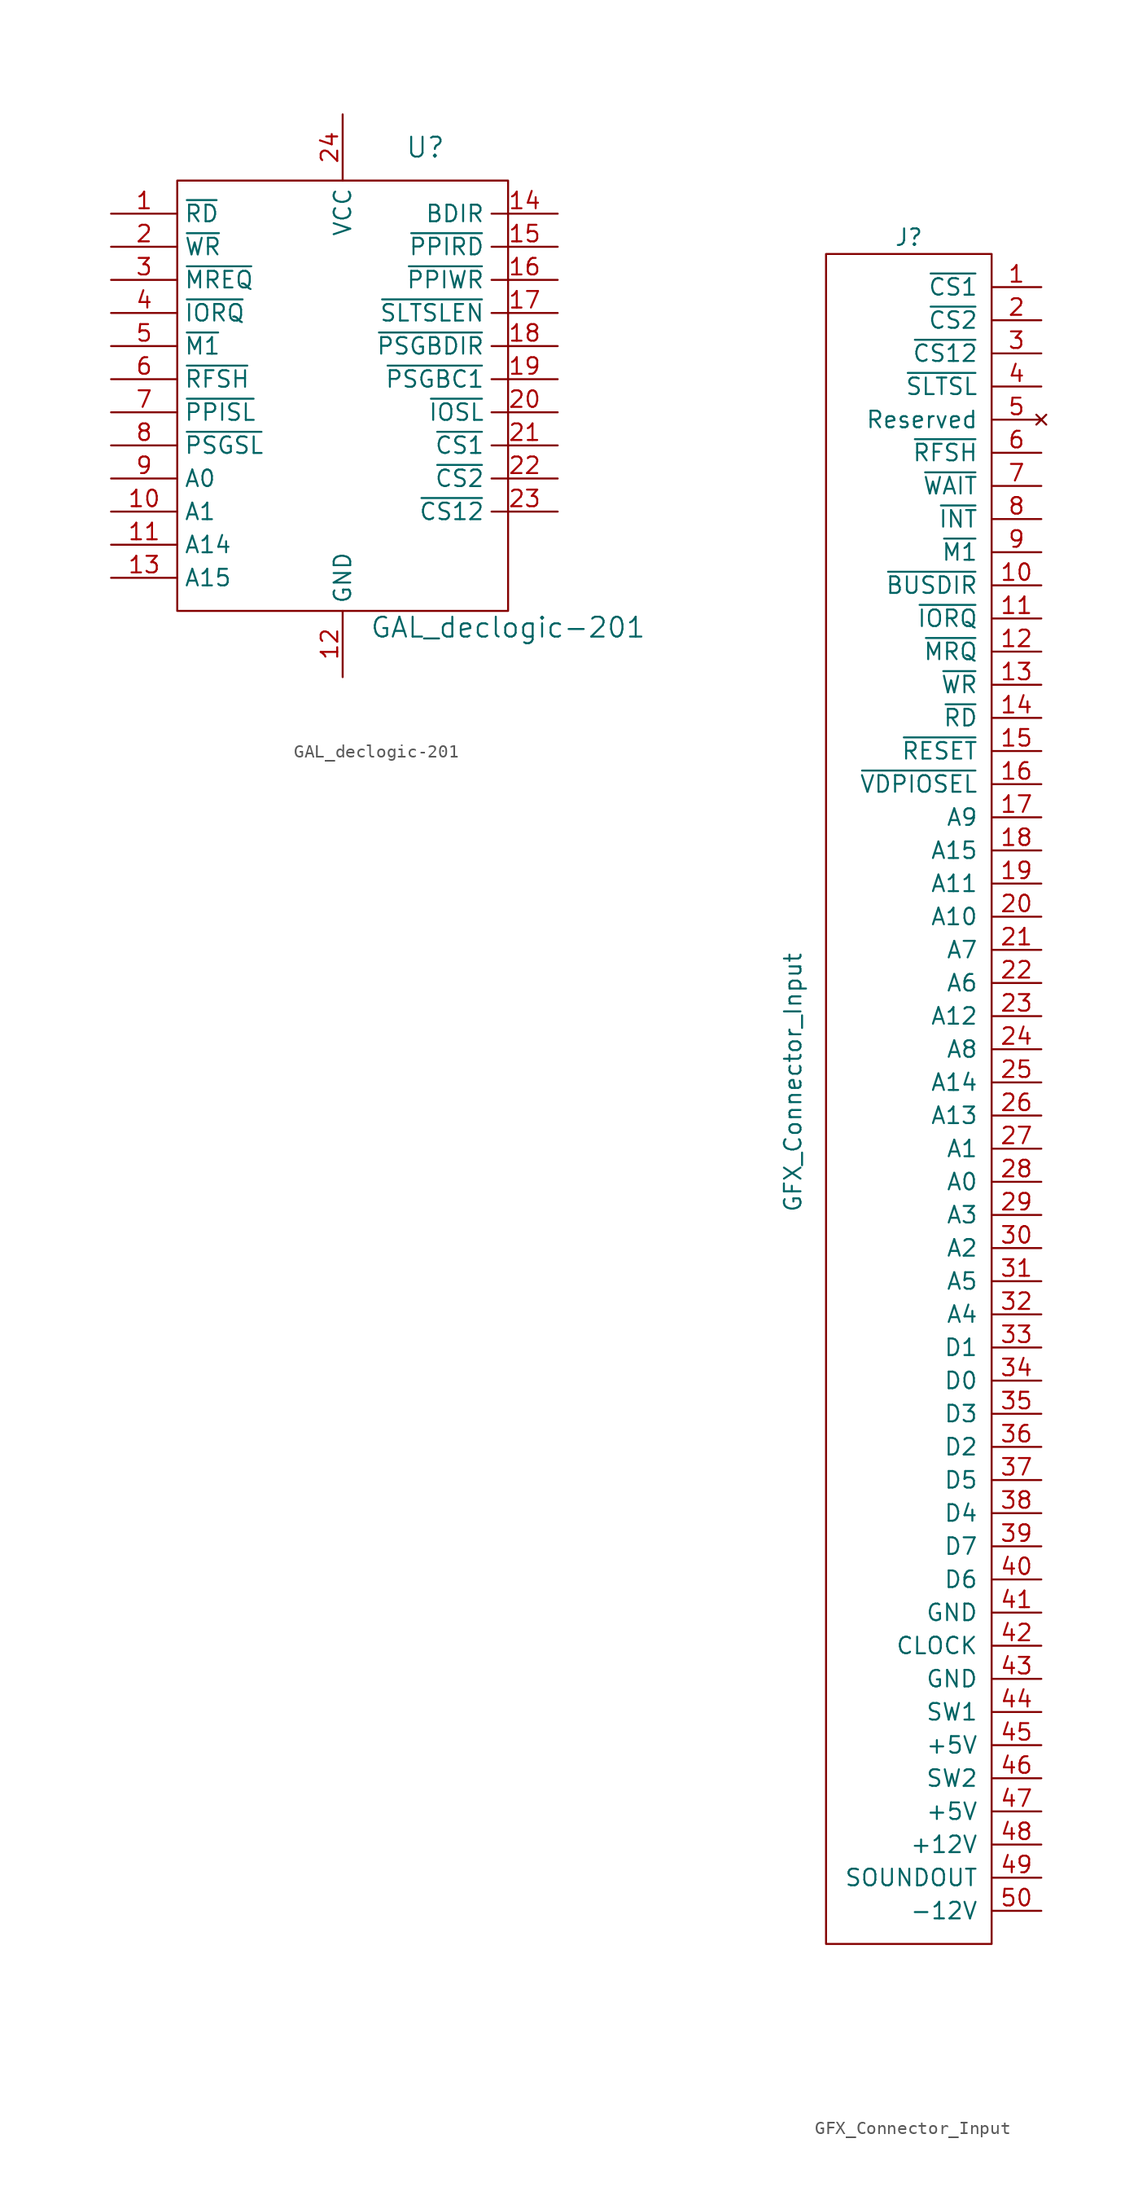
<source format=kicad_sym>
(kicad_symbol_lib
  (version 20211014)
  (generator kicad_symbol_editor)
  (symbol "GAL_declogic-201"
    (property "Reference" "U"
      (at 6.35 19.05 0)
      (effects (font (size 1.524 1.524))))
    (property "Value" "GAL_declogic-201"
      (at 12.7 -17.78 0)
      (effects (font (size 1.524 1.524))))
    (symbol "GAL_declogic-201_0_1"
      (rectangle (start -12.7 16.51) (end 12.7 -16.51) (stroke (width 0) (type default) (color 0 0 0 0)) (fill (type none))))
    (symbol "GAL_declogic-201_1_1"
      (pin input line (at -17.78 13.97 0) (length 5.08) (name "~{RD}" (effects (font (size 1.27 1.27)))) (number "1" (effects (font (size 1.27 1.27)))))
      (pin input line (at -17.78 -8.89 0) (length 5.08) (name "A1" (effects (font (size 1.27 1.27)))) (number "10" (effects (font (size 1.27 1.27)))))
      (pin input line (at -17.78 -11.43 0) (length 5.08) (name "A14" (effects (font (size 1.27 1.27)))) (number "11" (effects (font (size 1.27 1.27)))))
      (pin power_in line (at 0 -21.59 90) (length 5.08) (name "GND" (effects (font (size 1.27 1.27)))) (number "12" (effects (font (size 1.27 1.27)))))
      (pin input line (at -17.78 -13.97 0) (length 5.08) (name "A15" (effects (font (size 1.27 1.27)))) (number "13" (effects (font (size 1.27 1.27)))))
      (pin output line (at 16.51 13.97 180) (length 5.08) (name "BDIR" (effects (font (size 1.27 1.27)))) (number "14" (effects (font (size 1.27 1.27)))))
      (pin output line (at 16.51 11.43 180) (length 5.08) (name "~{PPIRD}" (effects (font (size 1.27 1.27)))) (number "15" (effects (font (size 1.27 1.27)))))
      (pin output line (at 16.51 8.89 180) (length 5.08) (name "~{PPIWR}" (effects (font (size 1.27 1.27)))) (number "16" (effects (font (size 1.27 1.27)))))
      (pin output line (at 16.51 6.35 180) (length 5.08) (name "~{SLTSLEN}" (effects (font (size 1.27 1.27)))) (number "17" (effects (font (size 1.27 1.27)))))
      (pin output line (at 16.51 3.81 180) (length 5.08) (name "~{PSGBDIR}" (effects (font (size 1.27 1.27)))) (number "18" (effects (font (size 1.27 1.27)))))
      (pin output line (at 16.51 1.27 180) (length 5.08) (name "~{PSGBC1}" (effects (font (size 1.27 1.27)))) (number "19" (effects (font (size 1.27 1.27)))))
      (pin input line (at -17.78 11.43 0) (length 5.08) (name "~{WR}" (effects (font (size 1.27 1.27)))) (number "2" (effects (font (size 1.27 1.27)))))
      (pin output line (at 16.51 -1.27 180) (length 5.08) (name "~{IOSL}" (effects (font (size 1.27 1.27)))) (number "20" (effects (font (size 1.27 1.27)))))
      (pin output line (at 16.51 -3.81 180) (length 5.08) (name "~{CS1}" (effects (font (size 1.27 1.27)))) (number "21" (effects (font (size 1.27 1.27)))))
      (pin output line (at 16.51 -6.35 180) (length 5.08) (name "~{CS2}" (effects (font (size 1.27 1.27)))) (number "22" (effects (font (size 1.27 1.27)))))
      (pin output line (at 16.51 -8.89 180) (length 5.08) (name "~{CS12}" (effects (font (size 1.27 1.27)))) (number "23" (effects (font (size 1.27 1.27)))))
      (pin power_in line (at 0 21.59 270) (length 5.08) (name "VCC" (effects (font (size 1.27 1.27)))) (number "24" (effects (font (size 1.27 1.27)))))
      (pin input line (at -17.78 8.89 0) (length 5.08) (name "~{MREQ}" (effects (font (size 1.27 1.27)))) (number "3" (effects (font (size 1.27 1.27)))))
      (pin input line (at -17.78 6.35 0) (length 5.08) (name "~{IORQ}" (effects (font (size 1.27 1.27)))) (number "4" (effects (font (size 1.27 1.27)))))
      (pin input line (at -17.78 3.81 0) (length 5.08) (name "~{M1}" (effects (font (size 1.27 1.27)))) (number "5" (effects (font (size 1.27 1.27)))))
      (pin input line (at -17.78 1.27 0) (length 5.08) (name "~{RFSH}" (effects (font (size 1.27 1.27)))) (number "6" (effects (font (size 1.27 1.27)))))
      (pin input line (at -17.78 -1.27 0) (length 5.08) (name "~{PPISL}" (effects (font (size 1.27 1.27)))) (number "7" (effects (font (size 1.27 1.27)))))
      (pin input line (at -17.78 -3.81 0) (length 5.08) (name "~{PSGSL}" (effects (font (size 1.27 1.27)))) (number "8" (effects (font (size 1.27 1.27)))))
      (pin input line (at -17.78 -6.35 0) (length 5.08) (name "A0" (effects (font (size 1.27 1.27)))) (number "9" (effects (font (size 1.27 1.27)))))))
  (symbol "GFX_Connector_Input"
    (pin_names
      (offset 1.016))
    (property "Reference" "J"
      (at 0 69.85 0)
      (effects (font (size 1.27 1.27))))
    (property "Value" "GFX_Connector_Input"
      (at -8.89 5.08 90)
      (effects (font (size 1.27 1.27))))
    (symbol "GFX_Connector_Input_0_1"
      (rectangle (start 6.35 68.58) (end -6.35 -60.96) (stroke (width 0) (type default) (color 0 0 0 0)) (fill (type none))))
    (symbol "GFX_Connector_Input_1_1"
      (pin output line (at 10.16 66.04 180) (length 3.81) (name "~{CS1}" (effects (font (size 1.27 1.27)))) (number "1" (effects (font (size 1.27 1.27)))))
      (pin input line (at 10.16 43.18 180) (length 3.81) (name "~{BUSDIR}" (effects (font (size 1.27 1.27)))) (number "10" (effects (font (size 1.27 1.27)))))
      (pin output line (at 10.16 40.64 180) (length 3.81) (name "~{IORQ}" (effects (font (size 1.27 1.27)))) (number "11" (effects (font (size 1.27 1.27)))))
      (pin output line (at 10.16 38.1 180) (length 3.81) (name "~{MRQ}" (effects (font (size 1.27 1.27)))) (number "12" (effects (font (size 1.27 1.27)))))
      (pin output line (at 10.16 35.56 180) (length 3.81) (name "~{WR}" (effects (font (size 1.27 1.27)))) (number "13" (effects (font (size 1.27 1.27)))))
      (pin output line (at 10.16 33.02 180) (length 3.81) (name "~{RD}" (effects (font (size 1.27 1.27)))) (number "14" (effects (font (size 1.27 1.27)))))
      (pin output line (at 10.16 30.48 180) (length 3.81) (name "~{RESET}" (effects (font (size 1.27 1.27)))) (number "15" (effects (font (size 1.27 1.27)))))
      (pin output line (at 10.16 27.94 180) (length 3.81) (name "~{VDPIOSEL}" (effects (font (size 1.27 1.27)))) (number "16" (effects (font (size 1.27 1.27)))))
      (pin output line (at 10.16 25.4 180) (length 3.81) (name "A9" (effects (font (size 1.27 1.27)))) (number "17" (effects (font (size 1.27 1.27)))))
      (pin output line (at 10.16 22.86 180) (length 3.81) (name "A15" (effects (font (size 1.27 1.27)))) (number "18" (effects (font (size 1.27 1.27)))))
      (pin output line (at 10.16 20.32 180) (length 3.81) (name "A11" (effects (font (size 1.27 1.27)))) (number "19" (effects (font (size 1.27 1.27)))))
      (pin output line (at 10.16 63.5 180) (length 3.81) (name "~{CS2}" (effects (font (size 1.27 1.27)))) (number "2" (effects (font (size 1.27 1.27)))))
      (pin output line (at 10.16 17.78 180) (length 3.81) (name "A10" (effects (font (size 1.27 1.27)))) (number "20" (effects (font (size 1.27 1.27)))))
      (pin output line (at 10.16 15.24 180) (length 3.81) (name "A7" (effects (font (size 1.27 1.27)))) (number "21" (effects (font (size 1.27 1.27)))))
      (pin output line (at 10.16 12.7 180) (length 3.81) (name "A6" (effects (font (size 1.27 1.27)))) (number "22" (effects (font (size 1.27 1.27)))))
      (pin output line (at 10.16 10.16 180) (length 3.81) (name "A12" (effects (font (size 1.27 1.27)))) (number "23" (effects (font (size 1.27 1.27)))))
      (pin output line (at 10.16 7.62 180) (length 3.81) (name "A8" (effects (font (size 1.27 1.27)))) (number "24" (effects (font (size 1.27 1.27)))))
      (pin output line (at 10.16 5.08 180) (length 3.81) (name "A14" (effects (font (size 1.27 1.27)))) (number "25" (effects (font (size 1.27 1.27)))))
      (pin output line (at 10.16 2.54 180) (length 3.81) (name "A13" (effects (font (size 1.27 1.27)))) (number "26" (effects (font (size 1.27 1.27)))))
      (pin output line (at 10.16 0 180) (length 3.81) (name "A1" (effects (font (size 1.27 1.27)))) (number "27" (effects (font (size 1.27 1.27)))))
      (pin output line (at 10.16 -2.54 180) (length 3.81) (name "A0" (effects (font (size 1.27 1.27)))) (number "28" (effects (font (size 1.27 1.27)))))
      (pin output line (at 10.16 -5.08 180) (length 3.81) (name "A3" (effects (font (size 1.27 1.27)))) (number "29" (effects (font (size 1.27 1.27)))))
      (pin output line (at 10.16 60.96 180) (length 3.81) (name "~{CS12}" (effects (font (size 1.27 1.27)))) (number "3" (effects (font (size 1.27 1.27)))))
      (pin output line (at 10.16 -7.62 180) (length 3.81) (name "A2" (effects (font (size 1.27 1.27)))) (number "30" (effects (font (size 1.27 1.27)))))
      (pin output line (at 10.16 -10.16 180) (length 3.81) (name "A5" (effects (font (size 1.27 1.27)))) (number "31" (effects (font (size 1.27 1.27)))))
      (pin output line (at 10.16 -12.7 180) (length 3.81) (name "A4" (effects (font (size 1.27 1.27)))) (number "32" (effects (font (size 1.27 1.27)))))
      (pin bidirectional line (at 10.16 -15.24 180) (length 3.81) (name "D1" (effects (font (size 1.27 1.27)))) (number "33" (effects (font (size 1.27 1.27)))))
      (pin bidirectional line (at 10.16 -17.78 180) (length 3.81) (name "D0" (effects (font (size 1.27 1.27)))) (number "34" (effects (font (size 1.27 1.27)))))
      (pin bidirectional line (at 10.16 -20.32 180) (length 3.81) (name "D3" (effects (font (size 1.27 1.27)))) (number "35" (effects (font (size 1.27 1.27)))))
      (pin bidirectional line (at 10.16 -22.86 180) (length 3.81) (name "D2" (effects (font (size 1.27 1.27)))) (number "36" (effects (font (size 1.27 1.27)))))
      (pin bidirectional line (at 10.16 -25.4 180) (length 3.81) (name "D5" (effects (font (size 1.27 1.27)))) (number "37" (effects (font (size 1.27 1.27)))))
      (pin bidirectional line (at 10.16 -27.94 180) (length 3.81) (name "D4" (effects (font (size 1.27 1.27)))) (number "38" (effects (font (size 1.27 1.27)))))
      (pin bidirectional line (at 10.16 -30.48 180) (length 3.81) (name "D7" (effects (font (size 1.27 1.27)))) (number "39" (effects (font (size 1.27 1.27)))))
      (pin output line (at 10.16 58.42 180) (length 3.81) (name "~{SLTSL}" (effects (font (size 1.27 1.27)))) (number "4" (effects (font (size 1.27 1.27)))))
      (pin bidirectional line (at 10.16 -33.02 180) (length 3.81) (name "D6" (effects (font (size 1.27 1.27)))) (number "40" (effects (font (size 1.27 1.27)))))
      (pin power_in line (at 10.16 -35.56 180) (length 3.81) (name "GND" (effects (font (size 1.27 1.27)))) (number "41" (effects (font (size 1.27 1.27)))))
      (pin output line (at 10.16 -38.1 180) (length 3.81) (name "CLOCK" (effects (font (size 1.27 1.27)))) (number "42" (effects (font (size 1.27 1.27)))))
      (pin power_in line (at 10.16 -40.64 180) (length 3.81) (name "GND" (effects (font (size 1.27 1.27)))) (number "43" (effects (font (size 1.27 1.27)))))
      (pin passive line (at 10.16 -43.18 180) (length 3.81) (name "SW1" (effects (font (size 1.27 1.27)))) (number "44" (effects (font (size 1.27 1.27)))))
      (pin power_in line (at 10.16 -45.72 180) (length 3.81) (name "+5V" (effects (font (size 1.27 1.27)))) (number "45" (effects (font (size 1.27 1.27)))))
      (pin passive line (at 10.16 -48.26 180) (length 3.81) (name "SW2" (effects (font (size 1.27 1.27)))) (number "46" (effects (font (size 1.27 1.27)))))
      (pin power_in line (at 10.16 -50.8 180) (length 3.81) (name "+5V" (effects (font (size 1.27 1.27)))) (number "47" (effects (font (size 1.27 1.27)))))
      (pin power_in line (at 10.16 -53.34 180) (length 3.81) (name "+12V" (effects (font (size 1.27 1.27)))) (number "48" (effects (font (size 1.27 1.27)))))
      (pin output line (at 10.16 -55.88 180) (length 3.81) (name "SOUNDOUT" (effects (font (size 1.27 1.27)))) (number "49" (effects (font (size 1.27 1.27)))))
      (pin no_connect line (at 10.16 55.88 180) (length 3.81) (name "Reserved" (effects (font (size 1.27 1.27)))) (number "5" (effects (font (size 1.27 1.27)))))
      (pin power_in line (at 10.16 -58.42 180) (length 3.81) (name "-12V" (effects (font (size 1.27 1.27)))) (number "50" (effects (font (size 1.27 1.27)))))
      (pin output line (at 10.16 53.34 180) (length 3.81) (name "~{RFSH}" (effects (font (size 1.27 1.27)))) (number "6" (effects (font (size 1.27 1.27)))))
      (pin input line (at 10.16 50.8 180) (length 3.81) (name "~{WAIT}" (effects (font (size 1.27 1.27)))) (number "7" (effects (font (size 1.27 1.27)))))
      (pin input line (at 10.16 48.26 180) (length 3.81) (name "~{INT}" (effects (font (size 1.27 1.27)))) (number "8" (effects (font (size 1.27 1.27)))))
      (pin output line (at 10.16 45.72 180) (length 3.81) (name "~{M1}" (effects (font (size 1.27 1.27)))) (number "9" (effects (font (size 1.27 1.27))))))))
</source>
